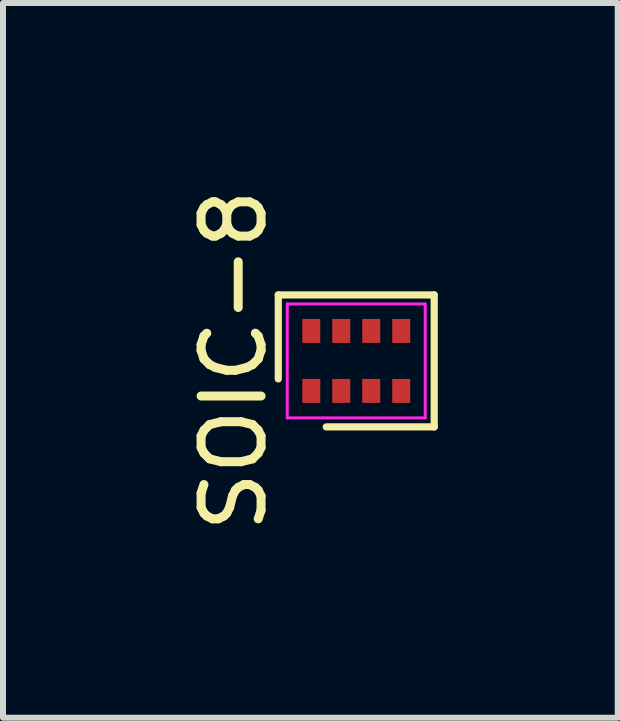
<source format=kicad_pcb>
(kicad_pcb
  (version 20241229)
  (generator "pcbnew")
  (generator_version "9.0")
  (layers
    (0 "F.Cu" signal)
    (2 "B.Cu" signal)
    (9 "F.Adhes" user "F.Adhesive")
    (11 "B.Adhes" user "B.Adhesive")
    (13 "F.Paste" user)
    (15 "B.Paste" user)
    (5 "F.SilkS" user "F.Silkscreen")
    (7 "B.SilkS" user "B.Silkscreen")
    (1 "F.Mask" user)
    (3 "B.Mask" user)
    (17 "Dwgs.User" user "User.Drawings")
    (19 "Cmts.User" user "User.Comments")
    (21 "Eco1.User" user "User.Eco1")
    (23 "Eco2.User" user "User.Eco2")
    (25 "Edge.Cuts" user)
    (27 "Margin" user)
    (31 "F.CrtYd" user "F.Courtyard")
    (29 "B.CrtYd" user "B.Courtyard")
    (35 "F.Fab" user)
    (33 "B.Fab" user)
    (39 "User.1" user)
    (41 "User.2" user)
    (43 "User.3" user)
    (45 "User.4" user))
  (footprint "SOIC-8"
    (layer "F.Cu")
    (at 2.89 2.968)
    (property "Reference" "SOIC-8" (at -2.042 -0.01 270) (layer "F.SilkS") (effects (font (size 1 1) (thickness 0.15))))
    (attr smd)
    (fp_line (start -1.3 -1.1) (end 1.3 -1.1) (stroke (width 0.12) (type solid)) (layer "F.SilkS"))
    (fp_line (start -1.3 0.3) (end -1.3 -1.1) (stroke (width 0.12) (type solid)) (layer "F.SilkS"))
    (fp_line (start 1.3 -1.1) (end 1.3 1.1) (stroke (width 0.12) (type solid)) (layer "F.SilkS"))
    (fp_line (start 1.3 1.1) (end -0.5 1.1) (stroke (width 0.12) (type solid)) (layer "F.SilkS"))
    (fp_line (start -1.15 -0.95) (end 1.15 -0.95) (stroke (width 0.05) (type solid)) (layer "F.CrtYd"))
    (fp_line (start -1.15 0.95) (end -1.15 -0.95) (stroke (width 0.05) (type solid)) (layer "F.CrtYd"))
    (fp_line (start 1.15 -0.95) (end 1.15 0.95) (stroke (width 0.05) (type solid)) (layer "F.CrtYd"))
    (fp_line (start 1.15 0.95) (end -1.15 0.95) (stroke (width 0.05) (type solid)) (layer "F.CrtYd"))
    (pad "1" smd rect (at -0.75 0.5) (size 0.3 0.4) (layers "F.Cu" "F.Mask" "F.Paste"))
    (pad "2" smd rect (at -0.25 0.5) (size 0.3 0.4) (layers "F.Cu" "F.Mask" "F.Paste"))
    (pad "3" smd rect (at 0.25 0.5) (size 0.3 0.4) (layers "F.Cu" "F.Mask" "F.Paste"))
    (pad "4" smd rect (at 0.75 0.5) (size 0.3 0.4) (layers "F.Cu" "F.Mask" "F.Paste"))
    (pad "5" smd rect (at 0.75 -0.5) (size 0.3 0.4) (layers "F.Cu" "F.Mask" "F.Paste"))
    (pad "6" smd rect (at 0.25 -0.5) (size 0.3 0.4) (layers "F.Cu" "F.Mask" "F.Paste"))
    (pad "7" smd rect (at -0.25 -0.5) (size 0.3 0.4) (layers "F.Cu" "F.Mask" "F.Paste"))
    (pad "8" smd rect (at -0.75 -0.5) (size 0.3 0.4) (layers "F.Cu" "F.Mask" "F.Paste")))
  (gr_rect
    (start -3 -3)
    (end 7.25 8.917)
    (stroke (width 0.1) (type default))
    (fill no)
    (layer "Edge.Cuts")))
</source>
